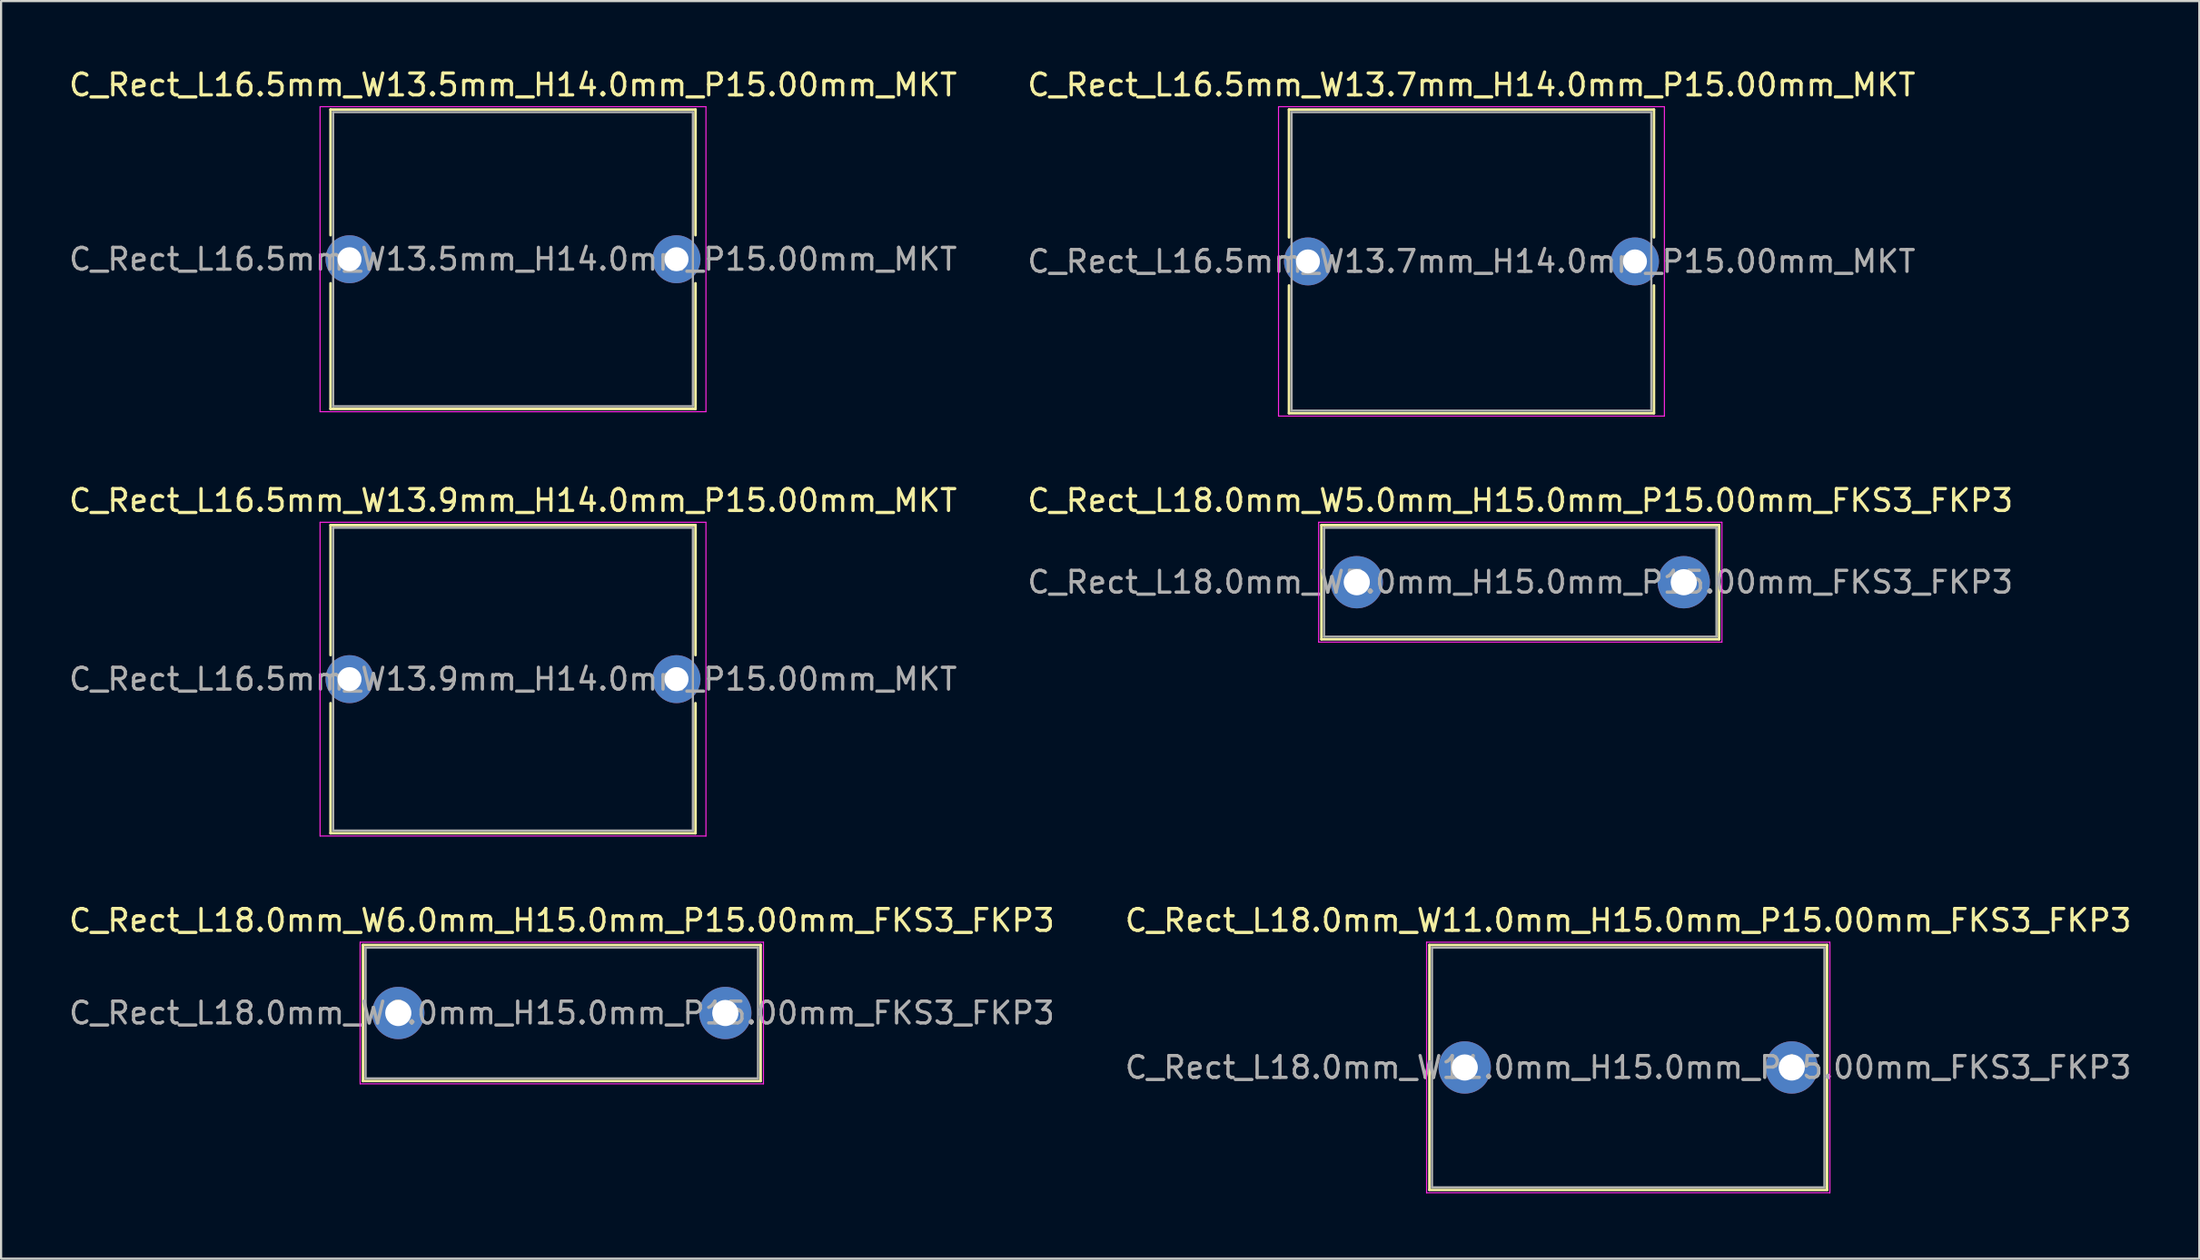
<source format=kicad_pcb>
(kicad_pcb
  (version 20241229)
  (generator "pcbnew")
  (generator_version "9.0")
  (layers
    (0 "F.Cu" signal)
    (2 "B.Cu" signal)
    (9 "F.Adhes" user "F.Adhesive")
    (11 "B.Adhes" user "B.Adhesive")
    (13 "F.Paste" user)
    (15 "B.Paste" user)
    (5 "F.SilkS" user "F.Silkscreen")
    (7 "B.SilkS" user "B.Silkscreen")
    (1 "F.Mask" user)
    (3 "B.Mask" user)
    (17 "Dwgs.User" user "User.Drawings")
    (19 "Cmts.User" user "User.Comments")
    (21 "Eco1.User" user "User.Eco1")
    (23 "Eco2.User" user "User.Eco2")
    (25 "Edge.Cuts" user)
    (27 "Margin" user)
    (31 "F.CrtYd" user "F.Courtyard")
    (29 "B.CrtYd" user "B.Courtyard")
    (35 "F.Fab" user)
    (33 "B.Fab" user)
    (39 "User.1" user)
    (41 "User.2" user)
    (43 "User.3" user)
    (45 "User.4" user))
  (footprint "C_Rect_L18.0mm_W5.0mm_H15.0mm_P15.00mm_FKS3_FKP3"
    (layer "F.Cu")
    (at 59.185 23.672)
    (property "Reference" "C_Rect_L18.0mm_W5.0mm_H15.0mm_P15.00mm_FKS3_FKP3" (at 7.5 -3.75 0) (layer "F.SilkS") (effects (font (size 1 1) (thickness 0.15))))
    (attr through_hole)
    (fp_line (start -1.62 -2.62) (end -1.62 2.62) (stroke (width 0.12) (type solid)) (layer "F.SilkS"))
    (fp_line (start -1.62 -2.62) (end 16.62 -2.62) (stroke (width 0.12) (type solid)) (layer "F.SilkS"))
    (fp_line (start -1.62 2.62) (end 16.62 2.62) (stroke (width 0.12) (type solid)) (layer "F.SilkS"))
    (fp_line (start 16.62 -2.62) (end 16.62 2.62) (stroke (width 0.12) (type solid)) (layer "F.SilkS"))
    (fp_line (start -1.75 -2.75) (end -1.75 2.75) (stroke (width 0.05) (type solid)) (layer "F.CrtYd"))
    (fp_line (start -1.75 2.75) (end 16.75 2.75) (stroke (width 0.05) (type solid)) (layer "F.CrtYd"))
    (fp_line (start 16.75 -2.75) (end -1.75 -2.75) (stroke (width 0.05) (type solid)) (layer "F.CrtYd"))
    (fp_line (start 16.75 2.75) (end 16.75 -2.75) (stroke (width 0.05) (type solid)) (layer "F.CrtYd"))
    (fp_line (start -1.5 -2.5) (end -1.5 2.5) (stroke (width 0.1) (type solid)) (layer "F.Fab"))
    (fp_line (start -1.5 2.5) (end 16.5 2.5) (stroke (width 0.1) (type solid)) (layer "F.Fab"))
    (fp_line (start 16.5 -2.5) (end -1.5 -2.5) (stroke (width 0.1) (type solid)) (layer "F.Fab"))
    (fp_line (start 16.5 2.5) (end 16.5 -2.5) (stroke (width 0.1) (type solid)) (layer "F.Fab"))
    (fp_text user "${REFERENCE}" (at 7.5 0 0) (layer "F.Fab") (effects (font (size 1 1) (thickness 0.15))))
    (pad "1" thru_hole circle (at 0 0) (size 2.4 2.4) (drill 1.2) (layers "*.Cu" "*.Mask"))
    (pad "2" thru_hole circle (at 15 0) (size 2.4 2.4) (drill 1.2) (layers "*.Cu" "*.Mask")))
  (footprint "C_Rect_L16.5mm_W13.5mm_H14.0mm_P15.00mm_MKT"
    (layer "F.Cu")
    (at 12.982 8.848)
    (property "Reference" "C_Rect_L16.5mm_W13.5mm_H14.0mm_P15.00mm_MKT" (at 7.5 -8 0) (layer "F.SilkS") (effects (font (size 1 1) (thickness 0.15))))
    (attr through_hole)
    (fp_line (start -0.87 -6.87) (end -0.87 -1.104) (stroke (width 0.12) (type solid)) (layer "F.SilkS"))
    (fp_line (start -0.87 -6.87) (end 15.87 -6.87) (stroke (width 0.12) (type solid)) (layer "F.SilkS"))
    (fp_line (start -0.87 1.104) (end -0.87 6.87) (stroke (width 0.12) (type solid)) (layer "F.SilkS"))
    (fp_line (start -0.87 6.87) (end 15.87 6.87) (stroke (width 0.12) (type solid)) (layer "F.SilkS"))
    (fp_line (start 15.87 -6.87) (end 15.87 -1.104) (stroke (width 0.12) (type solid)) (layer "F.SilkS"))
    (fp_line (start 15.87 1.104) (end 15.87 6.87) (stroke (width 0.12) (type solid)) (layer "F.SilkS"))
    (fp_line (start -1.35 -7) (end -1.35 7) (stroke (width 0.05) (type solid)) (layer "F.CrtYd"))
    (fp_line (start -1.35 7) (end 16.35 7) (stroke (width 0.05) (type solid)) (layer "F.CrtYd"))
    (fp_line (start 16.35 -7) (end -1.35 -7) (stroke (width 0.05) (type solid)) (layer "F.CrtYd"))
    (fp_line (start 16.35 7) (end 16.35 -7) (stroke (width 0.05) (type solid)) (layer "F.CrtYd"))
    (fp_line (start -0.75 -6.75) (end -0.75 6.75) (stroke (width 0.1) (type solid)) (layer "F.Fab"))
    (fp_line (start -0.75 6.75) (end 15.75 6.75) (stroke (width 0.1) (type solid)) (layer "F.Fab"))
    (fp_line (start 15.75 -6.75) (end -0.75 -6.75) (stroke (width 0.1) (type solid)) (layer "F.Fab"))
    (fp_line (start 15.75 6.75) (end 15.75 -6.75) (stroke (width 0.1) (type solid)) (layer "F.Fab"))
    (fp_text user "${REFERENCE}" (at 7.5 0 0) (layer "F.Fab") (effects (font (size 1 1) (thickness 0.15))))
    (pad "1" thru_hole circle (at 0 0) (size 2.2 2.2) (drill 1.1) (layers "*.Cu" "*.Mask"))
    (pad "2" thru_hole circle (at 15 0) (size 2.2 2.2) (drill 1.1) (layers "*.Cu" "*.Mask")))
  (footprint "C_Rect_L18.0mm_W6.0mm_H15.0mm_P15.00mm_FKS3_FKP3"
    (layer "F.Cu")
    (at 15.22 43.445)
    (property "Reference" "C_Rect_L18.0mm_W6.0mm_H15.0mm_P15.00mm_FKS3_FKP3" (at 7.5 -4.25 0) (layer "F.SilkS") (effects (font (size 1 1) (thickness 0.15))))
    (attr through_hole)
    (fp_line (start -1.62 -3.12) (end -1.62 3.12) (stroke (width 0.12) (type solid)) (layer "F.SilkS"))
    (fp_line (start -1.62 -3.12) (end 16.62 -3.12) (stroke (width 0.12) (type solid)) (layer "F.SilkS"))
    (fp_line (start -1.62 3.12) (end 16.62 3.12) (stroke (width 0.12) (type solid)) (layer "F.SilkS"))
    (fp_line (start 16.62 -3.12) (end 16.62 3.12) (stroke (width 0.12) (type solid)) (layer "F.SilkS"))
    (fp_line (start -1.75 -3.25) (end -1.75 3.25) (stroke (width 0.05) (type solid)) (layer "F.CrtYd"))
    (fp_line (start -1.75 3.25) (end 16.75 3.25) (stroke (width 0.05) (type solid)) (layer "F.CrtYd"))
    (fp_line (start 16.75 -3.25) (end -1.75 -3.25) (stroke (width 0.05) (type solid)) (layer "F.CrtYd"))
    (fp_line (start 16.75 3.25) (end 16.75 -3.25) (stroke (width 0.05) (type solid)) (layer "F.CrtYd"))
    (fp_line (start -1.5 -3) (end -1.5 3) (stroke (width 0.1) (type solid)) (layer "F.Fab"))
    (fp_line (start -1.5 3) (end 16.5 3) (stroke (width 0.1) (type solid)) (layer "F.Fab"))
    (fp_line (start 16.5 -3) (end -1.5 -3) (stroke (width 0.1) (type solid)) (layer "F.Fab"))
    (fp_line (start 16.5 3) (end 16.5 -3) (stroke (width 0.1) (type solid)) (layer "F.Fab"))
    (fp_text user "${REFERENCE}" (at 7.5 0 0) (layer "F.Fab") (effects (font (size 1 1) (thickness 0.15))))
    (pad "1" thru_hole circle (at 0 0) (size 2.4 2.4) (drill 1.2) (layers "*.Cu" "*.Mask"))
    (pad "2" thru_hole circle (at 15 0) (size 2.4 2.4) (drill 1.2) (layers "*.Cu" "*.Mask")))
  (footprint "C_Rect_L16.5mm_W13.7mm_H14.0mm_P15.00mm_MKT"
    (layer "F.Cu")
    (at 56.946 8.948)
    (property "Reference" "C_Rect_L16.5mm_W13.7mm_H14.0mm_P15.00mm_MKT" (at 7.5 -8.1 0) (layer "F.SilkS") (effects (font (size 1 1) (thickness 0.15))))
    (attr through_hole)
    (fp_line (start -0.87 -6.97) (end -0.87 -1.104) (stroke (width 0.12) (type solid)) (layer "F.SilkS"))
    (fp_line (start -0.87 -6.97) (end 15.87 -6.97) (stroke (width 0.12) (type solid)) (layer "F.SilkS"))
    (fp_line (start -0.87 1.104) (end -0.87 6.97) (stroke (width 0.12) (type solid)) (layer "F.SilkS"))
    (fp_line (start -0.87 6.97) (end 15.87 6.97) (stroke (width 0.12) (type solid)) (layer "F.SilkS"))
    (fp_line (start 15.87 -6.97) (end 15.87 -1.104) (stroke (width 0.12) (type solid)) (layer "F.SilkS"))
    (fp_line (start 15.87 1.104) (end 15.87 6.97) (stroke (width 0.12) (type solid)) (layer "F.SilkS"))
    (fp_line (start -1.35 -7.1) (end -1.35 7.1) (stroke (width 0.05) (type solid)) (layer "F.CrtYd"))
    (fp_line (start -1.35 7.1) (end 16.35 7.1) (stroke (width 0.05) (type solid)) (layer "F.CrtYd"))
    (fp_line (start 16.35 -7.1) (end -1.35 -7.1) (stroke (width 0.05) (type solid)) (layer "F.CrtYd"))
    (fp_line (start 16.35 7.1) (end 16.35 -7.1) (stroke (width 0.05) (type solid)) (layer "F.CrtYd"))
    (fp_line (start -0.75 -6.85) (end -0.75 6.85) (stroke (width 0.1) (type solid)) (layer "F.Fab"))
    (fp_line (start -0.75 6.85) (end 15.75 6.85) (stroke (width 0.1) (type solid)) (layer "F.Fab"))
    (fp_line (start 15.75 -6.85) (end -0.75 -6.85) (stroke (width 0.1) (type solid)) (layer "F.Fab"))
    (fp_line (start 15.75 6.85) (end 15.75 -6.85) (stroke (width 0.1) (type solid)) (layer "F.Fab"))
    (fp_text user "${REFERENCE}" (at 7.5 0 0) (layer "F.Fab") (effects (font (size 1 1) (thickness 0.15))))
    (pad "1" thru_hole circle (at 0 0) (size 2.2 2.2) (drill 1.1) (layers "*.Cu" "*.Mask"))
    (pad "2" thru_hole circle (at 15 0) (size 2.2 2.2) (drill 1.1) (layers "*.Cu" "*.Mask")))
  (footprint "C_Rect_L18.0mm_W11.0mm_H15.0mm_P15.00mm_FKS3_FKP3"
    (layer "F.Cu")
    (at 64.137 45.945)
    (property "Reference" "C_Rect_L18.0mm_W11.0mm_H15.0mm_P15.00mm_FKS3_FKP3" (at 7.5 -6.75 0) (layer "F.SilkS") (effects (font (size 1 1) (thickness 0.15))))
    (attr through_hole)
    (fp_line (start -1.62 -5.62) (end -1.62 5.62) (stroke (width 0.12) (type solid)) (layer "F.SilkS"))
    (fp_line (start -1.62 -5.62) (end 16.62 -5.62) (stroke (width 0.12) (type solid)) (layer "F.SilkS"))
    (fp_line (start -1.62 5.62) (end 16.62 5.62) (stroke (width 0.12) (type solid)) (layer "F.SilkS"))
    (fp_line (start 16.62 -5.62) (end 16.62 5.62) (stroke (width 0.12) (type solid)) (layer "F.SilkS"))
    (fp_line (start -1.75 -5.75) (end -1.75 5.75) (stroke (width 0.05) (type solid)) (layer "F.CrtYd"))
    (fp_line (start -1.75 5.75) (end 16.75 5.75) (stroke (width 0.05) (type solid)) (layer "F.CrtYd"))
    (fp_line (start 16.75 -5.75) (end -1.75 -5.75) (stroke (width 0.05) (type solid)) (layer "F.CrtYd"))
    (fp_line (start 16.75 5.75) (end 16.75 -5.75) (stroke (width 0.05) (type solid)) (layer "F.CrtYd"))
    (fp_line (start -1.5 -5.5) (end -1.5 5.5) (stroke (width 0.1) (type solid)) (layer "F.Fab"))
    (fp_line (start -1.5 5.5) (end 16.5 5.5) (stroke (width 0.1) (type solid)) (layer "F.Fab"))
    (fp_line (start 16.5 -5.5) (end -1.5 -5.5) (stroke (width 0.1) (type solid)) (layer "F.Fab"))
    (fp_line (start 16.5 5.5) (end 16.5 -5.5) (stroke (width 0.1) (type solid)) (layer "F.Fab"))
    (fp_text user "${REFERENCE}" (at 7.5 0 0) (layer "F.Fab") (effects (font (size 1 1) (thickness 0.15))))
    (pad "1" thru_hole circle (at 0 0) (size 2.4 2.4) (drill 1.2) (layers "*.Cu" "*.Mask"))
    (pad "2" thru_hole circle (at 15 0) (size 2.4 2.4) (drill 1.2) (layers "*.Cu" "*.Mask")))
  (footprint "C_Rect_L16.5mm_W13.9mm_H14.0mm_P15.00mm_MKT"
    (layer "F.Cu")
    (at 12.982 28.122)
    (property "Reference" "C_Rect_L16.5mm_W13.9mm_H14.0mm_P15.00mm_MKT" (at 7.5 -8.2 0) (layer "F.SilkS") (effects (font (size 1 1) (thickness 0.15))))
    (attr through_hole)
    (fp_line (start -0.87 -7.07) (end -0.87 -1.104) (stroke (width 0.12) (type solid)) (layer "F.SilkS"))
    (fp_line (start -0.87 -7.07) (end 15.87 -7.07) (stroke (width 0.12) (type solid)) (layer "F.SilkS"))
    (fp_line (start -0.87 1.104) (end -0.87 7.07) (stroke (width 0.12) (type solid)) (layer "F.SilkS"))
    (fp_line (start -0.87 7.07) (end 15.87 7.07) (stroke (width 0.12) (type solid)) (layer "F.SilkS"))
    (fp_line (start 15.87 -7.07) (end 15.87 -1.104) (stroke (width 0.12) (type solid)) (layer "F.SilkS"))
    (fp_line (start 15.87 1.104) (end 15.87 7.07) (stroke (width 0.12) (type solid)) (layer "F.SilkS"))
    (fp_line (start -1.35 -7.2) (end -1.35 7.2) (stroke (width 0.05) (type solid)) (layer "F.CrtYd"))
    (fp_line (start -1.35 7.2) (end 16.35 7.2) (stroke (width 0.05) (type solid)) (layer "F.CrtYd"))
    (fp_line (start 16.35 -7.2) (end -1.35 -7.2) (stroke (width 0.05) (type solid)) (layer "F.CrtYd"))
    (fp_line (start 16.35 7.2) (end 16.35 -7.2) (stroke (width 0.05) (type solid)) (layer "F.CrtYd"))
    (fp_line (start -0.75 -6.95) (end -0.75 6.95) (stroke (width 0.1) (type solid)) (layer "F.Fab"))
    (fp_line (start -0.75 6.95) (end 15.75 6.95) (stroke (width 0.1) (type solid)) (layer "F.Fab"))
    (fp_line (start 15.75 -6.95) (end -0.75 -6.95) (stroke (width 0.1) (type solid)) (layer "F.Fab"))
    (fp_line (start 15.75 6.95) (end 15.75 -6.95) (stroke (width 0.1) (type solid)) (layer "F.Fab"))
    (fp_text user "${REFERENCE}" (at 7.5 0 0) (layer "F.Fab") (effects (font (size 1 1) (thickness 0.15))))
    (pad "1" thru_hole circle (at 0 0) (size 2.2 2.2) (drill 1.1) (layers "*.Cu" "*.Mask"))
    (pad "2" thru_hole circle (at 15 0) (size 2.2 2.2) (drill 1.1) (layers "*.Cu" "*.Mask")))
  (gr_rect
    (start -3 -3)
    (end 97.833 54.72)
    (stroke (width 0.1) (type default))
    (fill no)
    (layer "Edge.Cuts")))
</source>
